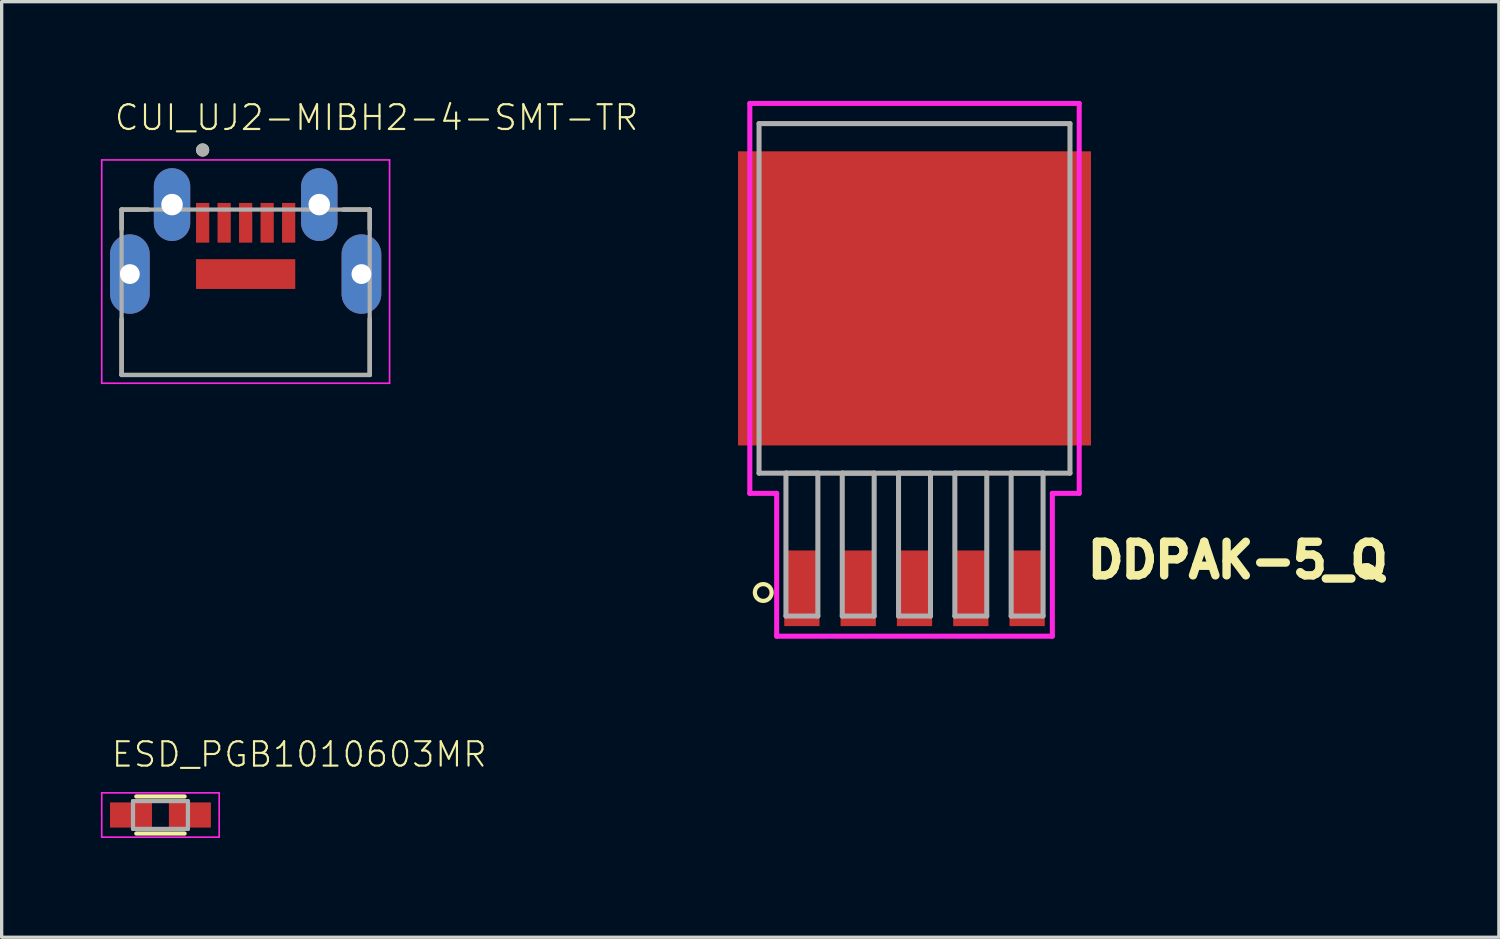
<source format=kicad_pcb>
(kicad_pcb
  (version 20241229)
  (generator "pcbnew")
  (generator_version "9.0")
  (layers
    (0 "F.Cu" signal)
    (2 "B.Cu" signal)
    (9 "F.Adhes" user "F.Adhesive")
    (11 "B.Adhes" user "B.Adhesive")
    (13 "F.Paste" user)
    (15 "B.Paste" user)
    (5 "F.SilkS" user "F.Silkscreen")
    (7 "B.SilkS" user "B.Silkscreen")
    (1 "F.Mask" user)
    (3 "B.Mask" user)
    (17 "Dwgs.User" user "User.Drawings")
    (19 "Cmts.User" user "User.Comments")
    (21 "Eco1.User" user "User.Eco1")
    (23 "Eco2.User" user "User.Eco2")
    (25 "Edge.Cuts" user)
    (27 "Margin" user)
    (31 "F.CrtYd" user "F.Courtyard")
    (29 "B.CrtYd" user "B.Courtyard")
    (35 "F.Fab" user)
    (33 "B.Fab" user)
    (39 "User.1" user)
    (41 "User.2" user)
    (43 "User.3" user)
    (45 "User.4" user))
  (footprint "CUI_UJ2-MIBH2-4-SMT-TR"
    (layer "F.Cu")
    (at 4.375 5.784)
    (property "Reference" "CUI_UJ2-MIBH2-4-SMT-TR" (at -4.011 -4.841 0) (unlocked yes) (layer "F.SilkS") (effects (font (size 0.748 0.748) (thickness 0.065)) (justify left bottom)))
    (fp_line (start -3.75 -2.5) (end -3.75 -1.9) (stroke (width 0.127) (type solid)) (layer "F.SilkS"))
    (fp_line (start -3.75 -2.5) (end -2.95 -2.5) (stroke (width 0.127) (type solid)) (layer "F.SilkS"))
    (fp_line (start -3.75 2.5) (end -3.75 0.8) (stroke (width 0.127) (type solid)) (layer "F.SilkS"))
    (fp_line (start 3.75 -2.5) (end 2.95 -2.5) (stroke (width 0.127) (type solid)) (layer "F.SilkS"))
    (fp_line (start 3.75 -2.5) (end 3.75 -1.9) (stroke (width 0.127) (type solid)) (layer "F.SilkS"))
    (fp_line (start 3.75 2.5) (end -3.75 2.5) (stroke (width 0.127) (type solid)) (layer "F.SilkS"))
    (fp_line (start 3.75 2.5) (end 3.75 0.8) (stroke (width 0.127) (type solid)) (layer "F.SilkS"))
    (fp_circle (center -1.3 -4.3) (end -1.2 -4.3) (stroke (width 0.2) (type solid)) (fill no) (layer "F.SilkS"))
    (fp_line (start -4.35 -4) (end 4.35 -4) (stroke (width 0.05) (type solid)) (layer "F.CrtYd"))
    (fp_line (start -4.35 2.75) (end -4.35 -4) (stroke (width 0.05) (type solid)) (layer "F.CrtYd"))
    (fp_line (start 4.35 -4) (end 4.35 2.75) (stroke (width 0.05) (type solid)) (layer "F.CrtYd"))
    (fp_line (start 4.35 2.75) (end -4.35 2.75) (stroke (width 0.05) (type solid)) (layer "F.CrtYd"))
    (fp_line (start -3.75 -2.5) (end 3.75 -2.5) (stroke (width 0.127) (type solid)) (layer "F.Fab"))
    (fp_line (start -3.75 2.5) (end -3.75 -2.5) (stroke (width 0.127) (type solid)) (layer "F.Fab"))
    (fp_line (start 3.75 -2.5) (end 3.75 2.5) (stroke (width 0.127) (type solid)) (layer "F.Fab"))
    (fp_line (start 3.75 2.5) (end -3.75 2.5) (stroke (width 0.127) (type solid)) (layer "F.Fab"))
    (fp_circle (center -1.3 -4.3) (end -1.2 -4.3) (stroke (width 0.2) (type solid)) (fill no) (layer "F.Fab"))
    (pad "1" smd rect (at -1.3 -2.1 270) (size 1.2 0.4) (layers "F.Cu" "F.Mask" "F.Paste"))
    (pad "2" smd rect (at -0.65 -2.1 270) (size 1.2 0.4) (layers "F.Cu" "F.Mask" "F.Paste"))
    (pad "3" smd rect (at 0 -2.1 270) (size 1.2 0.4) (layers "F.Cu" "F.Mask" "F.Paste"))
    (pad "4" smd rect (at 0.65 -2.1 270) (size 1.2 0.4) (layers "F.Cu" "F.Mask" "F.Paste"))
    (pad "5" smd rect (at 1.3 -2.1 270) (size 1.2 0.4) (layers "F.Cu" "F.Mask" "F.Paste"))
    (pad "SH1" thru_hole oval (at -3.5 -0.55 90) (size 2.4 1.2) (drill 0.6) (layers "*.Cu" "*.Mask"))
    (pad "SH2" thru_hole oval (at -2.225 -2.65 90) (size 2.2 1.1) (drill 0.65) (layers "*.Cu" "*.Mask"))
    (pad "SH3" thru_hole oval (at 2.225 -2.65 90) (size 2.2 1.1) (drill 0.65) (layers "*.Cu" "*.Mask"))
    (pad "SH4" thru_hole oval (at 3.5 -0.55 90) (size 2.4 1.2) (drill 0.6) (layers "*.Cu" "*.Mask"))
    (pad "SH5" smd rect (at 0 -0.55 180) (size 3 0.9) (layers "F.Cu" "F.Mask" "F.Paste")))
  (footprint "ESD_PGB1010603MR"
    (layer "F.Cu")
    (at 1.8 21.584)
    (property "Reference" "ESD_PGB1010603MR" (at -1.525 -1.4 0) (unlocked yes) (layer "F.SilkS") (effects (font (size 0.736 0.736) (thickness 0.064)) (justify left bottom)))
    (fp_line (start -0.73 -0.56) (end 0.73 -0.56) (stroke (width 0.127) (type solid)) (layer "F.SilkS"))
    (fp_line (start -0.73 0.56) (end 0.73 0.56) (stroke (width 0.127) (type solid)) (layer "F.SilkS"))
    (fp_line (start -1.775 -0.67) (end 1.775 -0.67) (stroke (width 0.05) (type solid)) (layer "F.CrtYd"))
    (fp_line (start -1.775 0.67) (end -1.775 -0.67) (stroke (width 0.05) (type solid)) (layer "F.CrtYd"))
    (fp_line (start 1.775 -0.67) (end 1.775 0.67) (stroke (width 0.05) (type solid)) (layer "F.CrtYd"))
    (fp_line (start 1.775 0.67) (end -1.775 0.67) (stroke (width 0.05) (type solid)) (layer "F.CrtYd"))
    (fp_line (start -0.83 -0.42) (end 0.83 -0.42) (stroke (width 0.127) (type solid)) (layer "F.Fab"))
    (fp_line (start -0.83 0.42) (end -0.83 -0.42) (stroke (width 0.127) (type solid)) (layer "F.Fab"))
    (fp_line (start 0.83 -0.42) (end 0.83 0.42) (stroke (width 0.127) (type solid)) (layer "F.Fab"))
    (fp_line (start 0.83 0.42) (end -0.83 0.42) (stroke (width 0.127) (type solid)) (layer "F.Fab"))
    (pad "1" smd rect (at -0.89 0 180) (size 1.27 0.76) (layers "F.Cu" "F.Mask" "F.Paste"))
    (pad "2" smd rect (at 0.89 0 180) (size 1.27 0.76) (layers "F.Cu" "F.Mask" "F.Paste")))
  (footprint "DDPAK-5_Q"
    (layer "F.Cu")
    (at 24.592 5.969)
    (property "Reference" "DDPAK-5_Q" (at 5.105 8.509 0) (unlocked yes) (layer "F.SilkS") (effects (font (size 1.016 1.016) (thickness 0.254)) (justify left bottom)))
    (fp_circle (center -4.572 8.89) (end -4.318 8.89) (stroke (width 0.127) (type solid)) (fill no) (layer "F.SilkS"))
    (fp_poly (pts (xy -5.08 -1.27) (xy -2.54 -1.27) (xy -2.54 -3.81) (xy -5.08 -3.81)) (stroke (width 0) (type default)) (fill yes) (layer "F.Paste"))
    (fp_poly (pts (xy -5.08 3.81) (xy -2.54 3.81) (xy -2.54 1.27) (xy -5.08 1.27)) (stroke (width 0) (type default)) (fill yes) (layer "F.Paste"))
    (fp_poly (pts (xy -1.27 -1.27) (xy 1.27 -1.27) (xy 1.27 -3.81) (xy -1.27 -3.81)) (stroke (width 0) (type default)) (fill yes) (layer "F.Paste"))
    (fp_poly (pts (xy -1.27 3.81) (xy 1.27 3.81) (xy 1.27 1.27) (xy -1.27 1.27)) (stroke (width 0) (type default)) (fill yes) (layer "F.Paste"))
    (fp_poly (pts (xy 2.54 -1.27) (xy 5.08 -1.27) (xy 5.08 -3.81) (xy 2.54 -3.81)) (stroke (width 0) (type default)) (fill yes) (layer "F.Paste"))
    (fp_poly (pts (xy 2.54 3.81) (xy 5.08 3.81) (xy 5.08 1.27) (xy 2.54 1.27)) (stroke (width 0) (type default)) (fill yes) (layer "F.Paste"))
    (fp_line (start -4.978 -5.893) (end 4.978 -5.893) (stroke (width 0.152) (type solid)) (layer "F.CrtYd"))
    (fp_line (start -4.978 5.893) (end -4.978 -5.893) (stroke (width 0.152) (type solid)) (layer "F.CrtYd"))
    (fp_line (start -4.166 5.893) (end -4.978 5.893) (stroke (width 0.152) (type solid)) (layer "F.CrtYd"))
    (fp_line (start -4.166 10.211) (end -4.166 5.893) (stroke (width 0.152) (type solid)) (layer "F.CrtYd"))
    (fp_line (start 4.166 5.893) (end 4.166 10.211) (stroke (width 0.152) (type solid)) (layer "F.CrtYd"))
    (fp_line (start 4.166 10.211) (end -4.166 10.211) (stroke (width 0.152) (type solid)) (layer "F.CrtYd"))
    (fp_line (start 4.978 -5.893) (end 4.978 5.893) (stroke (width 0.152) (type solid)) (layer "F.CrtYd"))
    (fp_line (start 4.978 5.893) (end 4.166 5.893) (stroke (width 0.152) (type solid)) (layer "F.CrtYd"))
    (fp_line (start -4.699 -5.283) (end -4.699 5.283) (stroke (width 0.152) (type solid)) (layer "F.Fab"))
    (fp_line (start -4.699 5.283) (end -3.886 5.283) (stroke (width 0.152) (type solid)) (layer "F.Fab"))
    (fp_line (start -3.886 5.283) (end -3.886 9.601) (stroke (width 0.152) (type solid)) (layer "F.Fab"))
    (fp_line (start -3.886 5.283) (end -2.921 5.283) (stroke (width 0.152) (type solid)) (layer "F.Fab"))
    (fp_line (start -3.886 9.601) (end -2.921 9.601) (stroke (width 0.152) (type solid)) (layer "F.Fab"))
    (fp_line (start -2.921 5.283) (end -3.886 5.283) (stroke (width 0.152) (type solid)) (layer "F.Fab"))
    (fp_line (start -2.921 5.283) (end -2.184 5.283) (stroke (width 0.152) (type solid)) (layer "F.Fab"))
    (fp_line (start -2.921 9.601) (end -2.921 5.283) (stroke (width 0.152) (type solid)) (layer "F.Fab"))
    (fp_line (start -2.184 5.283) (end -2.184 9.601) (stroke (width 0.152) (type solid)) (layer "F.Fab"))
    (fp_line (start -2.184 5.283) (end -1.219 5.283) (stroke (width 0.152) (type solid)) (layer "F.Fab"))
    (fp_line (start -2.184 9.601) (end -1.219 9.601) (stroke (width 0.152) (type solid)) (layer "F.Fab"))
    (fp_line (start -1.219 5.283) (end -2.184 5.283) (stroke (width 0.152) (type solid)) (layer "F.Fab"))
    (fp_line (start -1.219 5.283) (end -0.483 5.283) (stroke (width 0.152) (type solid)) (layer "F.Fab"))
    (fp_line (start -1.219 9.601) (end -1.219 5.283) (stroke (width 0.152) (type solid)) (layer "F.Fab"))
    (fp_line (start -0.483 5.283) (end -0.483 9.601) (stroke (width 0.152) (type solid)) (layer "F.Fab"))
    (fp_line (start -0.483 5.283) (end 0.483 5.283) (stroke (width 0.152) (type solid)) (layer "F.Fab"))
    (fp_line (start -0.483 9.601) (end 0.483 9.601) (stroke (width 0.152) (type solid)) (layer "F.Fab"))
    (fp_line (start 0.483 5.283) (end -0.483 5.283) (stroke (width 0.152) (type solid)) (layer "F.Fab"))
    (fp_line (start 0.483 5.283) (end 1.219 5.283) (stroke (width 0.152) (type solid)) (layer "F.Fab"))
    (fp_line (start 0.483 9.601) (end 0.483 5.283) (stroke (width 0.152) (type solid)) (layer "F.Fab"))
    (fp_line (start 1.219 5.283) (end 1.219 9.601) (stroke (width 0.152) (type solid)) (layer "F.Fab"))
    (fp_line (start 1.219 5.283) (end 2.184 5.283) (stroke (width 0.152) (type solid)) (layer "F.Fab"))
    (fp_line (start 1.219 9.601) (end 2.184 9.601) (stroke (width 0.152) (type solid)) (layer "F.Fab"))
    (fp_line (start 2.184 5.283) (end 1.219 5.283) (stroke (width 0.152) (type solid)) (layer "F.Fab"))
    (fp_line (start 2.184 5.283) (end 2.921 5.283) (stroke (width 0.152) (type solid)) (layer "F.Fab"))
    (fp_line (start 2.184 9.601) (end 2.184 5.283) (stroke (width 0.152) (type solid)) (layer "F.Fab"))
    (fp_line (start 2.921 5.283) (end 2.921 9.601) (stroke (width 0.152) (type solid)) (layer "F.Fab"))
    (fp_line (start 2.921 5.283) (end 3.886 5.283) (stroke (width 0.152) (type solid)) (layer "F.Fab"))
    (fp_line (start 2.921 9.601) (end 3.886 9.601) (stroke (width 0.152) (type solid)) (layer "F.Fab"))
    (fp_line (start 3.886 5.283) (end 2.921 5.283) (stroke (width 0.152) (type solid)) (layer "F.Fab"))
    (fp_line (start 3.886 5.283) (end 4.699 5.283) (stroke (width 0.152) (type solid)) (layer "F.Fab"))
    (fp_line (start 3.886 9.601) (end 3.886 5.283) (stroke (width 0.152) (type solid)) (layer "F.Fab"))
    (fp_line (start 4.699 -5.283) (end -4.699 -5.283) (stroke (width 0.152) (type solid)) (layer "F.Fab"))
    (fp_line (start 4.699 5.283) (end 4.699 -5.283) (stroke (width 0.152) (type solid)) (layer "F.Fab"))
    (pad "1" smd rect (at -3.404 8.763) (size 1.067 2.286) (layers "F.Cu" "F.Mask" "F.Paste"))
    (pad "2" smd rect (at -1.702 8.763) (size 1.067 2.286) (layers "F.Cu" "F.Mask" "F.Paste"))
    (pad "3" smd rect (at 0 8.763) (size 1.067 2.286) (layers "F.Cu" "F.Mask" "F.Paste"))
    (pad "4" smd rect (at 1.702 8.763) (size 1.067 2.286) (layers "F.Cu" "F.Mask" "F.Paste"))
    (pad "5" smd rect (at 3.404 8.763) (size 1.067 2.286) (layers "F.Cu" "F.Mask" "F.Paste"))
    (pad "6" smd rect (at 0 0) (size 10.668 8.89) (layers "F.Cu" "F.Mask")))
  (gr_rect
    (start -3 -3)
    (end 42.255 25.279)
    (stroke (width 0.1) (type default))
    (fill no)
    (layer "Edge.Cuts")))
</source>
